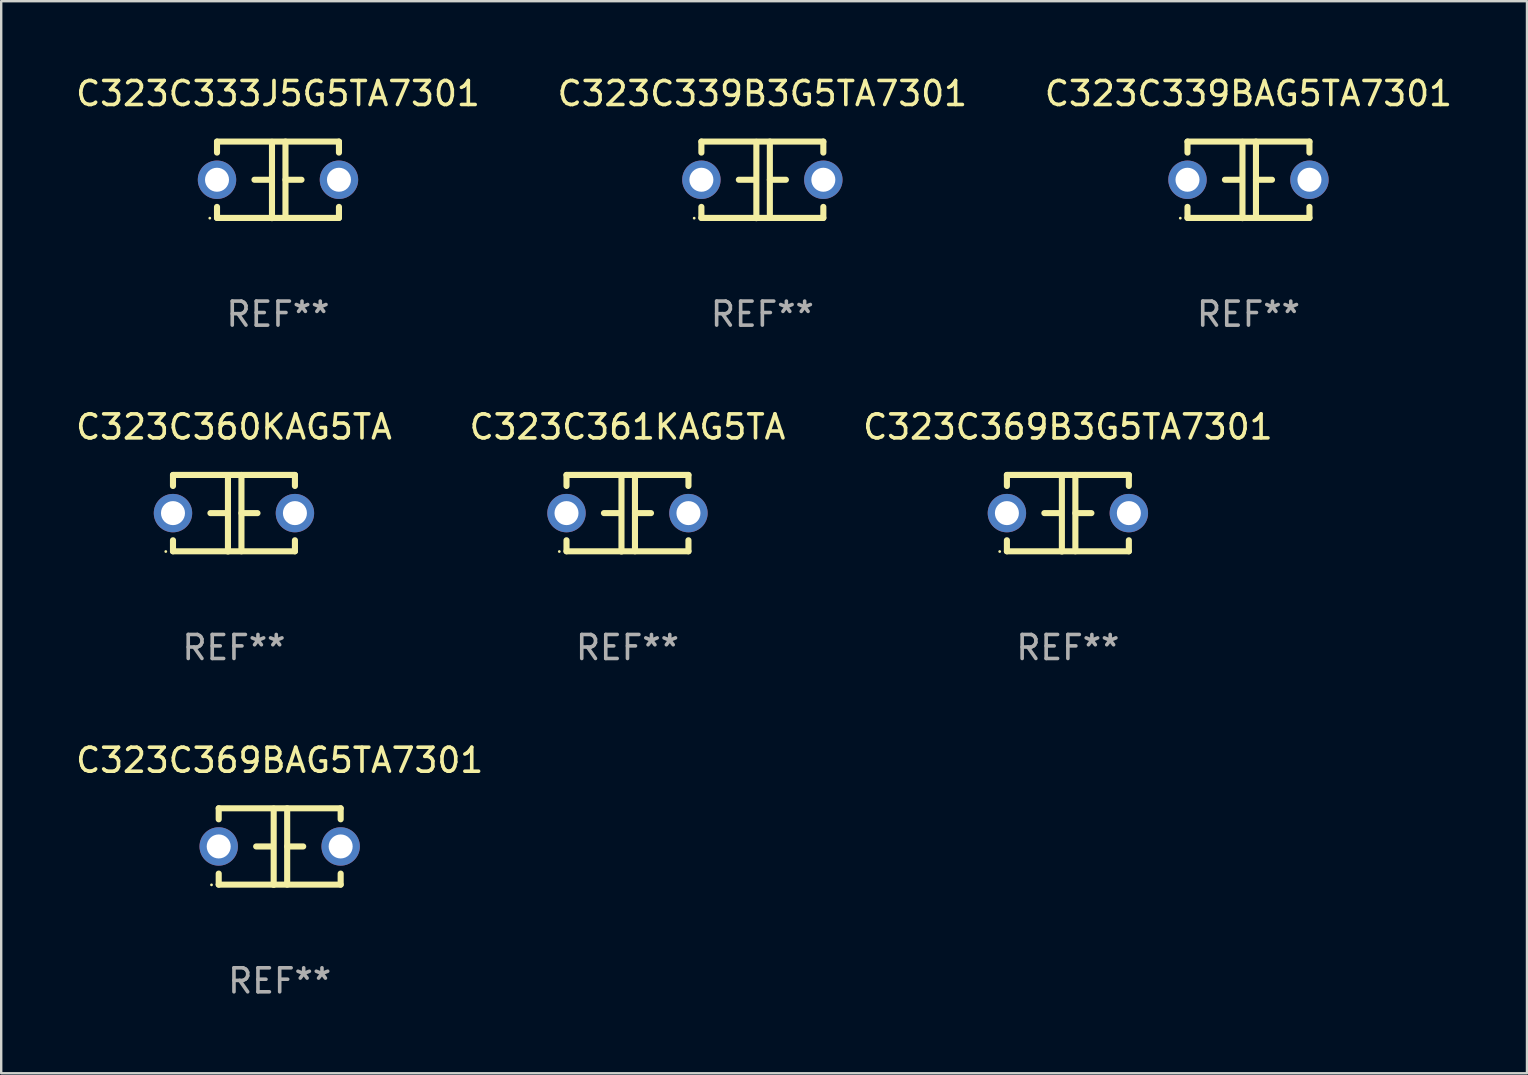
<source format=kicad_pcb>
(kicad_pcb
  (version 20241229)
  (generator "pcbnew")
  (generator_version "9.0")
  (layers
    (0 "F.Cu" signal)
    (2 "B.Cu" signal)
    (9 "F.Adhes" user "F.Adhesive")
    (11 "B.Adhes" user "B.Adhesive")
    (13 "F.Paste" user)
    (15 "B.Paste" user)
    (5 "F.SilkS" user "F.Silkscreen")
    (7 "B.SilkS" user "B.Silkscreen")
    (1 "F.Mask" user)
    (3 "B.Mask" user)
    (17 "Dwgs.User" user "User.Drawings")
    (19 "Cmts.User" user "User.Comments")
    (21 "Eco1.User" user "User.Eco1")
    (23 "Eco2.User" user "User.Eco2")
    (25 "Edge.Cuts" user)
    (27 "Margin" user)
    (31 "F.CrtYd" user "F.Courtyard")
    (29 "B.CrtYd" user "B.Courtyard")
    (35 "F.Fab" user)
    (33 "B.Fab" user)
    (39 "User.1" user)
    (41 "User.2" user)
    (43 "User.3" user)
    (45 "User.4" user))
  (footprint "C323C360KAG5TA"
    (layer "F.Cu")
    (at 6.696 18.33)
    (property "Reference" "C323C360KAG5TA" (at 0 -3.595 0) (layer "F.SilkS") (effects (font (size 1 1) (thickness 0.15))))
    (attr through_hole)
    (fp_line (start -2.54 -1.595) (end -2.54 -1.136) (stroke (width 0.254) (type solid)) (layer "F.SilkS"))
    (fp_line (start -2.54 -1.595) (end 2.54 -1.595) (stroke (width 0.254) (type solid)) (layer "F.SilkS"))
    (fp_line (start -2.54 1.126) (end -2.54 1.585) (stroke (width 0.254) (type solid)) (layer "F.SilkS"))
    (fp_line (start -0.312 -0.005) (end -0.98 -0.005) (stroke (width 0.254) (type solid)) (layer "F.SilkS"))
    (fp_line (start -0.25 -1.585) (end -0.25 1.595) (stroke (width 0.254) (type solid)) (layer "F.SilkS"))
    (fp_line (start 0.312 -1.595) (end 0.312 1.585) (stroke (width 0.254) (type solid)) (layer "F.SilkS"))
    (fp_line (start 0.312 -0.005) (end 0.98 -0.005) (stroke (width 0.254) (type solid)) (layer "F.SilkS"))
    (fp_line (start 2.54 -1.595) (end 2.54 -1.136) (stroke (width 0.254) (type solid)) (layer "F.SilkS"))
    (fp_line (start 2.54 1.126) (end 2.54 1.585) (stroke (width 0.254) (type solid)) (layer "F.SilkS"))
    (fp_line (start 2.54 1.585) (end -2.54 1.585) (stroke (width 0.254) (type solid)) (layer "F.SilkS"))
    (fp_circle (center -2.84 1.595) (end -2.81 1.595) (stroke (width 0.06) (type solid)) (fill no) (layer "F.SilkS"))
    (fp_text user "REF**" (at 0 5.595 0) (layer "F.Fab") (effects (font (size 1 1) (thickness 0.15))))
    (pad "1" thru_hole circle (at -2.54 -0.005) (size 1.6 1.6) (drill 1) (layers "*.Cu" "*.Mask"))
    (pad "2" thru_hole circle (at 2.54 -0.005) (size 1.6 1.6) (drill 1) (layers "*.Cu" "*.Mask")))
  (footprint "C323C333J5G5TA7301"
    (layer "F.Cu")
    (at 8.53 4.443)
    (property "Reference" "C323C333J5G5TA7301" (at 0 -3.595 0) (layer "F.SilkS") (effects (font (size 1 1) (thickness 0.15))))
    (attr through_hole)
    (fp_line (start -2.54 -1.595) (end -2.54 -1.136) (stroke (width 0.254) (type solid)) (layer "F.SilkS"))
    (fp_line (start -2.54 -1.595) (end 2.54 -1.595) (stroke (width 0.254) (type solid)) (layer "F.SilkS"))
    (fp_line (start -2.54 1.126) (end -2.54 1.585) (stroke (width 0.254) (type solid)) (layer "F.SilkS"))
    (fp_line (start -0.312 -0.005) (end -0.98 -0.005) (stroke (width 0.254) (type solid)) (layer "F.SilkS"))
    (fp_line (start -0.25 -1.585) (end -0.25 1.595) (stroke (width 0.254) (type solid)) (layer "F.SilkS"))
    (fp_line (start 0.312 -1.595) (end 0.312 1.585) (stroke (width 0.254) (type solid)) (layer "F.SilkS"))
    (fp_line (start 0.312 -0.005) (end 0.98 -0.005) (stroke (width 0.254) (type solid)) (layer "F.SilkS"))
    (fp_line (start 2.54 -1.595) (end 2.54 -1.136) (stroke (width 0.254) (type solid)) (layer "F.SilkS"))
    (fp_line (start 2.54 1.126) (end 2.54 1.585) (stroke (width 0.254) (type solid)) (layer "F.SilkS"))
    (fp_line (start 2.54 1.585) (end -2.54 1.585) (stroke (width 0.254) (type solid)) (layer "F.SilkS"))
    (fp_circle (center -2.84 1.595) (end -2.81 1.595) (stroke (width 0.06) (type solid)) (fill no) (layer "F.SilkS"))
    (fp_text user "REF**" (at 0 5.595 0) (layer "F.Fab") (effects (font (size 1 1) (thickness 0.15))))
    (pad "1" thru_hole circle (at -2.54 -0.005) (size 1.6 1.6) (drill 1) (layers "*.Cu" "*.Mask"))
    (pad "2" thru_hole circle (at 2.54 -0.005) (size 1.6 1.6) (drill 1) (layers "*.Cu" "*.Mask")))
  (footprint "C323C339BAG5TA7301"
    (layer "F.Cu")
    (at 48.958 4.443)
    (property "Reference" "C323C339BAG5TA7301" (at 0 -3.595 0) (layer "F.SilkS") (effects (font (size 1 1) (thickness 0.15))))
    (attr through_hole)
    (fp_line (start -2.54 -1.595) (end -2.54 -1.136) (stroke (width 0.254) (type solid)) (layer "F.SilkS"))
    (fp_line (start -2.54 -1.595) (end 2.54 -1.595) (stroke (width 0.254) (type solid)) (layer "F.SilkS"))
    (fp_line (start -2.54 1.126) (end -2.54 1.585) (stroke (width 0.254) (type solid)) (layer "F.SilkS"))
    (fp_line (start -0.312 -0.005) (end -0.98 -0.005) (stroke (width 0.254) (type solid)) (layer "F.SilkS"))
    (fp_line (start -0.25 -1.585) (end -0.25 1.595) (stroke (width 0.254) (type solid)) (layer "F.SilkS"))
    (fp_line (start 0.312 -1.595) (end 0.312 1.585) (stroke (width 0.254) (type solid)) (layer "F.SilkS"))
    (fp_line (start 0.312 -0.005) (end 0.98 -0.005) (stroke (width 0.254) (type solid)) (layer "F.SilkS"))
    (fp_line (start 2.54 -1.595) (end 2.54 -1.136) (stroke (width 0.254) (type solid)) (layer "F.SilkS"))
    (fp_line (start 2.54 1.126) (end 2.54 1.585) (stroke (width 0.254) (type solid)) (layer "F.SilkS"))
    (fp_line (start 2.54 1.585) (end -2.54 1.585) (stroke (width 0.254) (type solid)) (layer "F.SilkS"))
    (fp_circle (center -2.84 1.595) (end -2.81 1.595) (stroke (width 0.06) (type solid)) (fill no) (layer "F.SilkS"))
    (fp_text user "REF**" (at 0 5.595 0) (layer "F.Fab") (effects (font (size 1 1) (thickness 0.15))))
    (pad "1" thru_hole circle (at -2.54 -0.005) (size 1.6 1.6) (drill 1) (layers "*.Cu" "*.Mask"))
    (pad "2" thru_hole circle (at 2.54 -0.005) (size 1.6 1.6) (drill 1) (layers "*.Cu" "*.Mask")))
  (footprint "C323C361KAG5TA"
    (layer "F.Cu")
    (at 23.089 18.33)
    (property "Reference" "C323C361KAG5TA" (at 0 -3.595 0) (layer "F.SilkS") (effects (font (size 1 1) (thickness 0.15))))
    (attr through_hole)
    (fp_line (start -2.54 -1.595) (end -2.54 -1.136) (stroke (width 0.254) (type solid)) (layer "F.SilkS"))
    (fp_line (start -2.54 -1.595) (end 2.54 -1.595) (stroke (width 0.254) (type solid)) (layer "F.SilkS"))
    (fp_line (start -2.54 1.126) (end -2.54 1.585) (stroke (width 0.254) (type solid)) (layer "F.SilkS"))
    (fp_line (start -0.312 -0.005) (end -0.98 -0.005) (stroke (width 0.254) (type solid)) (layer "F.SilkS"))
    (fp_line (start -0.25 -1.585) (end -0.25 1.595) (stroke (width 0.254) (type solid)) (layer "F.SilkS"))
    (fp_line (start 0.312 -1.595) (end 0.312 1.585) (stroke (width 0.254) (type solid)) (layer "F.SilkS"))
    (fp_line (start 0.312 -0.005) (end 0.98 -0.005) (stroke (width 0.254) (type solid)) (layer "F.SilkS"))
    (fp_line (start 2.54 -1.595) (end 2.54 -1.136) (stroke (width 0.254) (type solid)) (layer "F.SilkS"))
    (fp_line (start 2.54 1.126) (end 2.54 1.585) (stroke (width 0.254) (type solid)) (layer "F.SilkS"))
    (fp_line (start 2.54 1.585) (end -2.54 1.585) (stroke (width 0.254) (type solid)) (layer "F.SilkS"))
    (fp_circle (center -2.84 1.595) (end -2.81 1.595) (stroke (width 0.06) (type solid)) (fill no) (layer "F.SilkS"))
    (fp_text user "REF**" (at 0 5.595 0) (layer "F.Fab") (effects (font (size 1 1) (thickness 0.15))))
    (pad "1" thru_hole circle (at -2.54 -0.005) (size 1.6 1.6) (drill 1) (layers "*.Cu" "*.Mask"))
    (pad "2" thru_hole circle (at 2.54 -0.005) (size 1.6 1.6) (drill 1) (layers "*.Cu" "*.Mask")))
  (footprint "C323C339B3G5TA7301"
    (layer "F.Cu")
    (at 28.708 4.443)
    (property "Reference" "C323C339B3G5TA7301" (at 0 -3.595 0) (layer "F.SilkS") (effects (font (size 1 1) (thickness 0.15))))
    (attr through_hole)
    (fp_line (start -2.54 -1.595) (end -2.54 -1.136) (stroke (width 0.254) (type solid)) (layer "F.SilkS"))
    (fp_line (start -2.54 -1.595) (end 2.54 -1.595) (stroke (width 0.254) (type solid)) (layer "F.SilkS"))
    (fp_line (start -2.54 1.126) (end -2.54 1.585) (stroke (width 0.254) (type solid)) (layer "F.SilkS"))
    (fp_line (start -0.312 -0.005) (end -0.98 -0.005) (stroke (width 0.254) (type solid)) (layer "F.SilkS"))
    (fp_line (start -0.25 -1.585) (end -0.25 1.595) (stroke (width 0.254) (type solid)) (layer "F.SilkS"))
    (fp_line (start 0.312 -1.595) (end 0.312 1.585) (stroke (width 0.254) (type solid)) (layer "F.SilkS"))
    (fp_line (start 0.312 -0.005) (end 0.98 -0.005) (stroke (width 0.254) (type solid)) (layer "F.SilkS"))
    (fp_line (start 2.54 -1.595) (end 2.54 -1.136) (stroke (width 0.254) (type solid)) (layer "F.SilkS"))
    (fp_line (start 2.54 1.126) (end 2.54 1.585) (stroke (width 0.254) (type solid)) (layer "F.SilkS"))
    (fp_line (start 2.54 1.585) (end -2.54 1.585) (stroke (width 0.254) (type solid)) (layer "F.SilkS"))
    (fp_circle (center -2.84 1.595) (end -2.81 1.595) (stroke (width 0.06) (type solid)) (fill no) (layer "F.SilkS"))
    (fp_text user "REF**" (at 0 5.595 0) (layer "F.Fab") (effects (font (size 1 1) (thickness 0.15))))
    (pad "1" thru_hole circle (at -2.54 -0.005) (size 1.6 1.6) (drill 1) (layers "*.Cu" "*.Mask"))
    (pad "2" thru_hole circle (at 2.54 -0.005) (size 1.6 1.6) (drill 1) (layers "*.Cu" "*.Mask")))
  (footprint "C323C369B3G5TA7301"
    (layer "F.Cu")
    (at 41.435 18.33)
    (property "Reference" "C323C369B3G5TA7301" (at 0 -3.595 0) (layer "F.SilkS") (effects (font (size 1 1) (thickness 0.15))))
    (attr through_hole)
    (fp_line (start -2.54 -1.595) (end -2.54 -1.136) (stroke (width 0.254) (type solid)) (layer "F.SilkS"))
    (fp_line (start -2.54 -1.595) (end 2.54 -1.595) (stroke (width 0.254) (type solid)) (layer "F.SilkS"))
    (fp_line (start -2.54 1.126) (end -2.54 1.585) (stroke (width 0.254) (type solid)) (layer "F.SilkS"))
    (fp_line (start -0.312 -0.005) (end -0.98 -0.005) (stroke (width 0.254) (type solid)) (layer "F.SilkS"))
    (fp_line (start -0.25 -1.585) (end -0.25 1.595) (stroke (width 0.254) (type solid)) (layer "F.SilkS"))
    (fp_line (start 0.312 -1.595) (end 0.312 1.585) (stroke (width 0.254) (type solid)) (layer "F.SilkS"))
    (fp_line (start 0.312 -0.005) (end 0.98 -0.005) (stroke (width 0.254) (type solid)) (layer "F.SilkS"))
    (fp_line (start 2.54 -1.595) (end 2.54 -1.136) (stroke (width 0.254) (type solid)) (layer "F.SilkS"))
    (fp_line (start 2.54 1.126) (end 2.54 1.585) (stroke (width 0.254) (type solid)) (layer "F.SilkS"))
    (fp_line (start 2.54 1.585) (end -2.54 1.585) (stroke (width 0.254) (type solid)) (layer "F.SilkS"))
    (fp_circle (center -2.84 1.595) (end -2.81 1.595) (stroke (width 0.06) (type solid)) (fill no) (layer "F.SilkS"))
    (fp_text user "REF**" (at 0 5.595 0) (layer "F.Fab") (effects (font (size 1 1) (thickness 0.15))))
    (pad "1" thru_hole circle (at -2.54 -0.005) (size 1.6 1.6) (drill 1) (layers "*.Cu" "*.Mask"))
    (pad "2" thru_hole circle (at 2.54 -0.005) (size 1.6 1.6) (drill 1) (layers "*.Cu" "*.Mask")))
  (footprint "C323C369BAG5TA7301"
    (layer "F.Cu")
    (at 8.601 32.216)
    (property "Reference" "C323C369BAG5TA7301" (at 0 -3.595 0) (layer "F.SilkS") (effects (font (size 1 1) (thickness 0.15))))
    (attr through_hole)
    (fp_line (start -2.54 -1.595) (end -2.54 -1.136) (stroke (width 0.254) (type solid)) (layer "F.SilkS"))
    (fp_line (start -2.54 -1.595) (end 2.54 -1.595) (stroke (width 0.254) (type solid)) (layer "F.SilkS"))
    (fp_line (start -2.54 1.126) (end -2.54 1.585) (stroke (width 0.254) (type solid)) (layer "F.SilkS"))
    (fp_line (start -0.312 -0.005) (end -0.98 -0.005) (stroke (width 0.254) (type solid)) (layer "F.SilkS"))
    (fp_line (start -0.25 -1.585) (end -0.25 1.595) (stroke (width 0.254) (type solid)) (layer "F.SilkS"))
    (fp_line (start 0.312 -1.595) (end 0.312 1.585) (stroke (width 0.254) (type solid)) (layer "F.SilkS"))
    (fp_line (start 0.312 -0.005) (end 0.98 -0.005) (stroke (width 0.254) (type solid)) (layer "F.SilkS"))
    (fp_line (start 2.54 -1.595) (end 2.54 -1.136) (stroke (width 0.254) (type solid)) (layer "F.SilkS"))
    (fp_line (start 2.54 1.126) (end 2.54 1.585) (stroke (width 0.254) (type solid)) (layer "F.SilkS"))
    (fp_line (start 2.54 1.585) (end -2.54 1.585) (stroke (width 0.254) (type solid)) (layer "F.SilkS"))
    (fp_circle (center -2.84 1.595) (end -2.81 1.595) (stroke (width 0.06) (type solid)) (fill no) (layer "F.SilkS"))
    (fp_text user "REF**" (at 0 5.595 0) (layer "F.Fab") (effects (font (size 1 1) (thickness 0.15))))
    (pad "1" thru_hole circle (at -2.54 -0.005) (size 1.6 1.6) (drill 1) (layers "*.Cu" "*.Mask"))
    (pad "2" thru_hole circle (at 2.54 -0.005) (size 1.6 1.6) (drill 1) (layers "*.Cu" "*.Mask")))
  (gr_rect
    (start -3 -3)
    (end 60.56 41.659)
    (stroke (width 0.1) (type default))
    (fill no)
    (layer "Edge.Cuts")))
</source>
